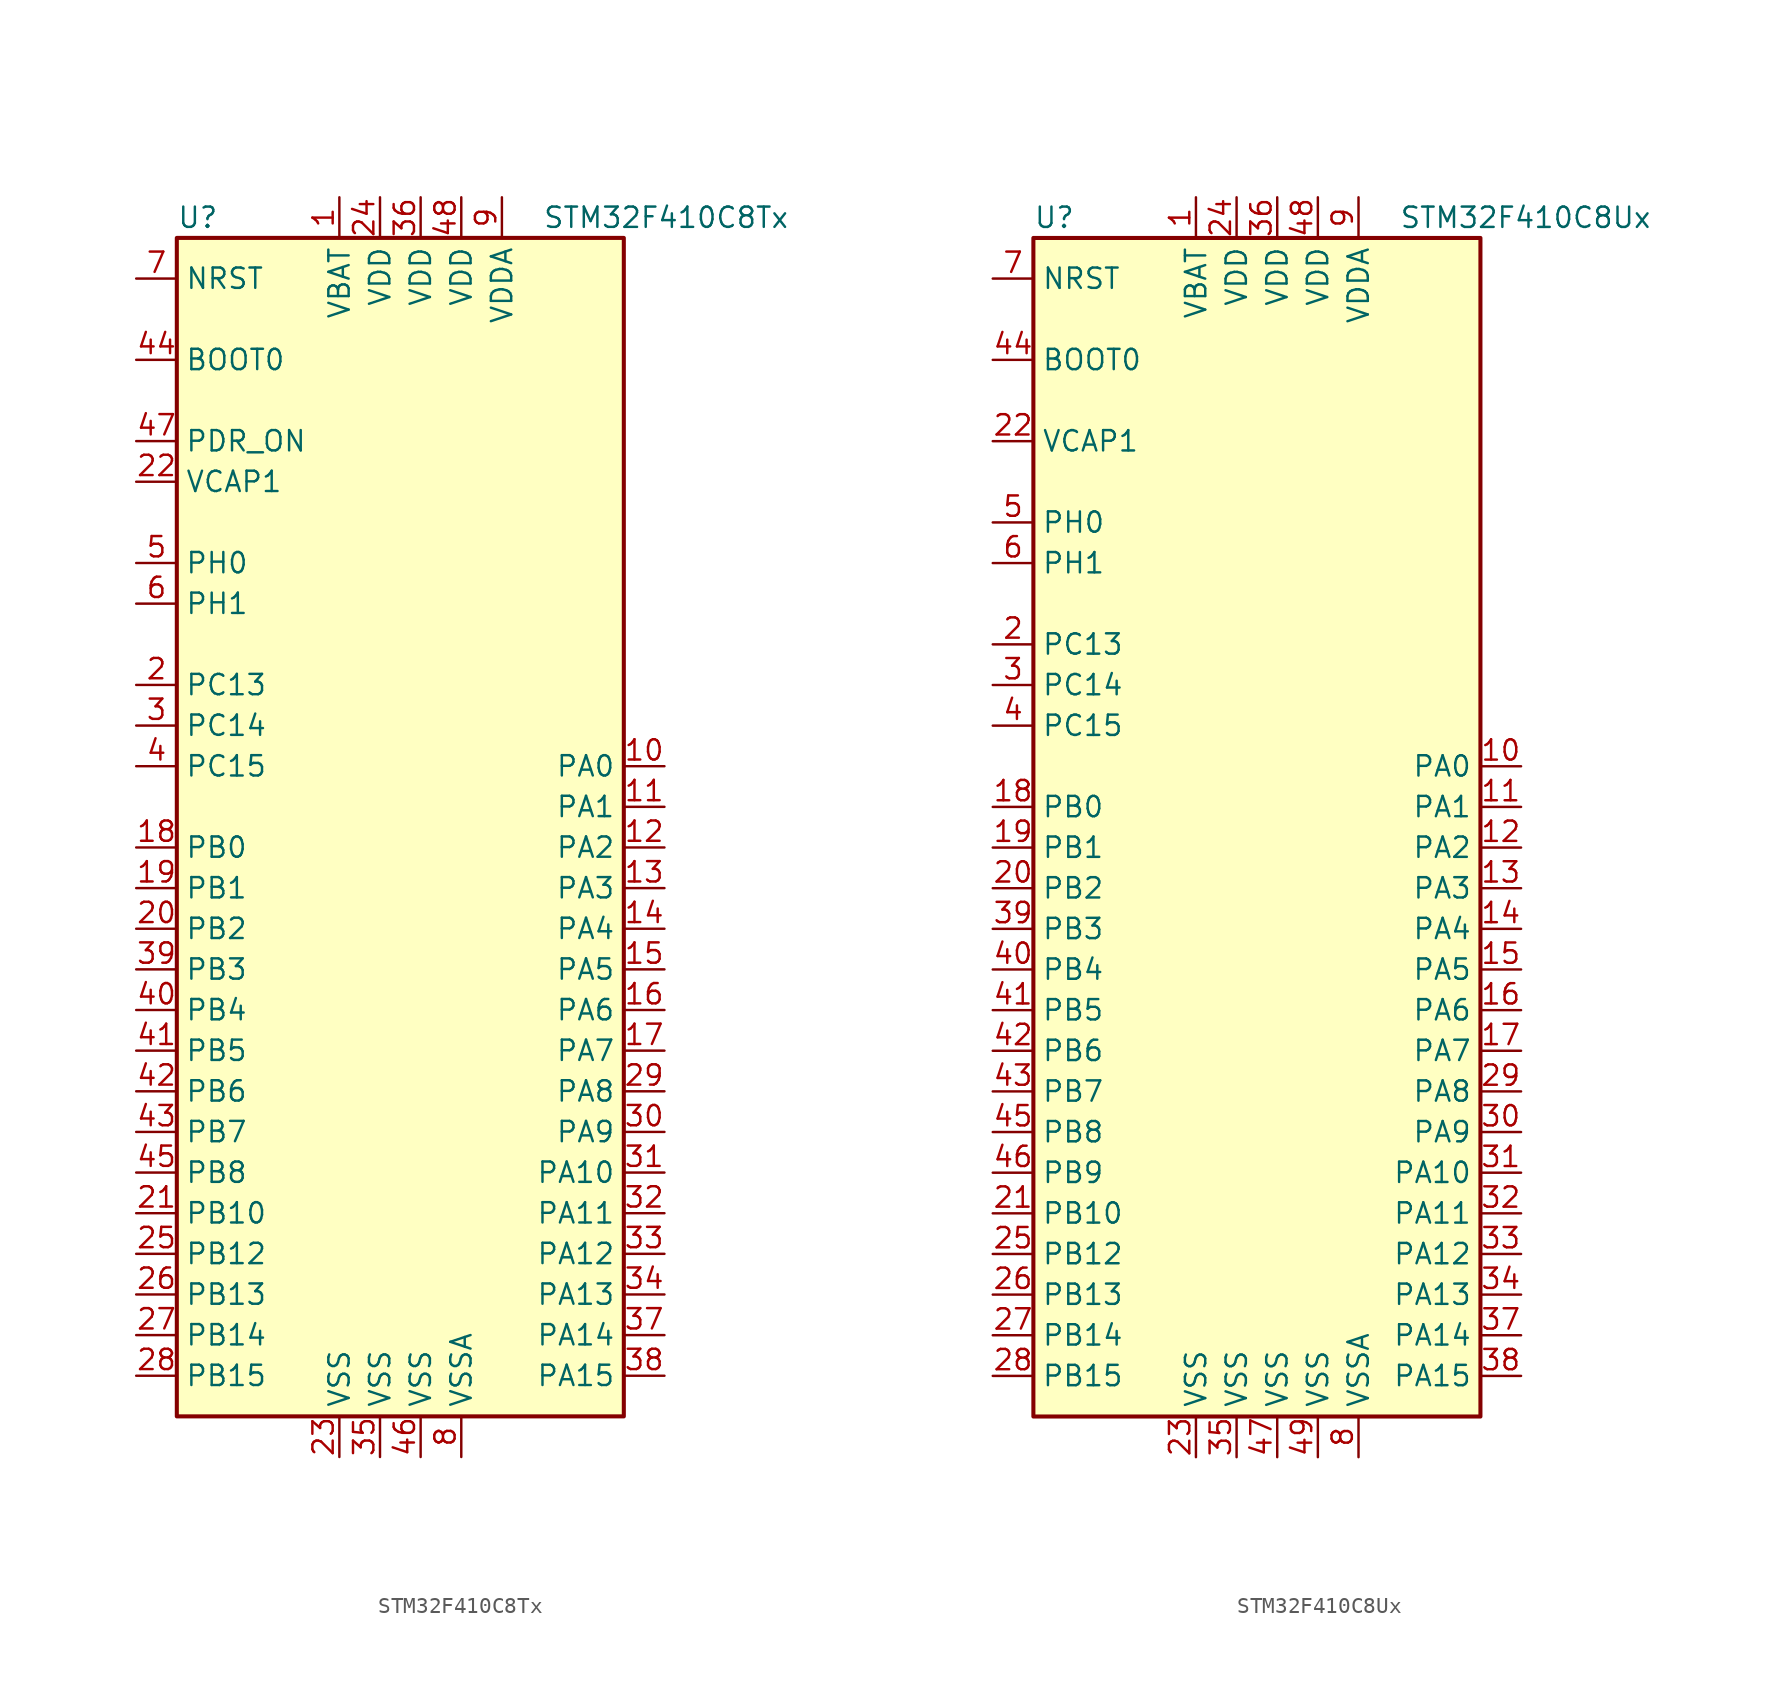
<source format=kicad_sym>
(kicad_symbol_lib
  (version 20201005)
  (generator kicad_symbol_editor)
  (symbol "STM32F410C8Tx"
    (property "Reference" "U"
      (at -15.24 36.83 0)
      (effects (font (size 1.27 1.27)) (justify left)))
    (property "Value" "STM32F410C8Tx"
      (at 7.62 36.83 0)
      (effects (font (size 1.27 1.27)) (justify left)))
    (symbol "STM32F410C8Tx_0_1"
      (rectangle (start -15.24 -38.1) (end 12.7 35.56) (stroke (width 0.254)) (fill (type background))))
    (symbol "STM32F410C8Tx_1_1"
      (pin input line (at -17.78 27.94 0) (length 2.54) (name "BOOT0" (effects (font (size 1.27 1.27)))) (number "44" (effects (font (size 1.27 1.27)))))
      (pin input line (at -17.78 33.02 0) (length 2.54) (name "NRST" (effects (font (size 1.27 1.27)))) (number "7" (effects (font (size 1.27 1.27)))))
      (pin bidirectional line (at 15.24 2.54 180) (length 2.54) (name "PA0" (effects (font (size 1.27 1.27)))) (number "10" (effects (font (size 1.27 1.27)))))
      (pin bidirectional line (at 15.24 0 180) (length 2.54) (name "PA1" (effects (font (size 1.27 1.27)))) (number "11" (effects (font (size 1.27 1.27)))))
      (pin bidirectional line (at 15.24 -22.86 180) (length 2.54) (name "PA10" (effects (font (size 1.27 1.27)))) (number "31" (effects (font (size 1.27 1.27)))))
      (pin bidirectional line (at 15.24 -25.4 180) (length 2.54) (name "PA11" (effects (font (size 1.27 1.27)))) (number "32" (effects (font (size 1.27 1.27)))))
      (pin bidirectional line (at 15.24 -27.94 180) (length 2.54) (name "PA12" (effects (font (size 1.27 1.27)))) (number "33" (effects (font (size 1.27 1.27)))))
      (pin bidirectional line (at 15.24 -30.48 180) (length 2.54) (name "PA13" (effects (font (size 1.27 1.27)))) (number "34" (effects (font (size 1.27 1.27)))))
      (pin bidirectional line (at 15.24 -33.02 180) (length 2.54) (name "PA14" (effects (font (size 1.27 1.27)))) (number "37" (effects (font (size 1.27 1.27)))))
      (pin bidirectional line (at 15.24 -35.56 180) (length 2.54) (name "PA15" (effects (font (size 1.27 1.27)))) (number "38" (effects (font (size 1.27 1.27)))))
      (pin bidirectional line (at 15.24 -2.54 180) (length 2.54) (name "PA2" (effects (font (size 1.27 1.27)))) (number "12" (effects (font (size 1.27 1.27)))))
      (pin bidirectional line (at 15.24 -5.08 180) (length 2.54) (name "PA3" (effects (font (size 1.27 1.27)))) (number "13" (effects (font (size 1.27 1.27)))))
      (pin bidirectional line (at 15.24 -7.62 180) (length 2.54) (name "PA4" (effects (font (size 1.27 1.27)))) (number "14" (effects (font (size 1.27 1.27)))))
      (pin bidirectional line (at 15.24 -10.16 180) (length 2.54) (name "PA5" (effects (font (size 1.27 1.27)))) (number "15" (effects (font (size 1.27 1.27)))))
      (pin bidirectional line (at 15.24 -12.7 180) (length 2.54) (name "PA6" (effects (font (size 1.27 1.27)))) (number "16" (effects (font (size 1.27 1.27)))))
      (pin bidirectional line (at 15.24 -15.24 180) (length 2.54) (name "PA7" (effects (font (size 1.27 1.27)))) (number "17" (effects (font (size 1.27 1.27)))))
      (pin bidirectional line (at 15.24 -17.78 180) (length 2.54) (name "PA8" (effects (font (size 1.27 1.27)))) (number "29" (effects (font (size 1.27 1.27)))))
      (pin bidirectional line (at 15.24 -20.32 180) (length 2.54) (name "PA9" (effects (font (size 1.27 1.27)))) (number "30" (effects (font (size 1.27 1.27)))))
      (pin bidirectional line (at -17.78 -2.54 0) (length 2.54) (name "PB0" (effects (font (size 1.27 1.27)))) (number "18" (effects (font (size 1.27 1.27)))))
      (pin bidirectional line (at -17.78 -5.08 0) (length 2.54) (name "PB1" (effects (font (size 1.27 1.27)))) (number "19" (effects (font (size 1.27 1.27)))))
      (pin bidirectional line (at -17.78 -25.4 0) (length 2.54) (name "PB10" (effects (font (size 1.27 1.27)))) (number "21" (effects (font (size 1.27 1.27)))))
      (pin bidirectional line (at -17.78 -27.94 0) (length 2.54) (name "PB12" (effects (font (size 1.27 1.27)))) (number "25" (effects (font (size 1.27 1.27)))))
      (pin bidirectional line (at -17.78 -30.48 0) (length 2.54) (name "PB13" (effects (font (size 1.27 1.27)))) (number "26" (effects (font (size 1.27 1.27)))))
      (pin bidirectional line (at -17.78 -33.02 0) (length 2.54) (name "PB14" (effects (font (size 1.27 1.27)))) (number "27" (effects (font (size 1.27 1.27)))))
      (pin bidirectional line (at -17.78 -35.56 0) (length 2.54) (name "PB15" (effects (font (size 1.27 1.27)))) (number "28" (effects (font (size 1.27 1.27)))))
      (pin bidirectional line (at -17.78 -7.62 0) (length 2.54) (name "PB2" (effects (font (size 1.27 1.27)))) (number "20" (effects (font (size 1.27 1.27)))))
      (pin bidirectional line (at -17.78 -10.16 0) (length 2.54) (name "PB3" (effects (font (size 1.27 1.27)))) (number "39" (effects (font (size 1.27 1.27)))))
      (pin bidirectional line (at -17.78 -12.7 0) (length 2.54) (name "PB4" (effects (font (size 1.27 1.27)))) (number "40" (effects (font (size 1.27 1.27)))))
      (pin bidirectional line (at -17.78 -15.24 0) (length 2.54) (name "PB5" (effects (font (size 1.27 1.27)))) (number "41" (effects (font (size 1.27 1.27)))))
      (pin bidirectional line (at -17.78 -17.78 0) (length 2.54) (name "PB6" (effects (font (size 1.27 1.27)))) (number "42" (effects (font (size 1.27 1.27)))))
      (pin bidirectional line (at -17.78 -20.32 0) (length 2.54) (name "PB7" (effects (font (size 1.27 1.27)))) (number "43" (effects (font (size 1.27 1.27)))))
      (pin bidirectional line (at -17.78 -22.86 0) (length 2.54) (name "PB8" (effects (font (size 1.27 1.27)))) (number "45" (effects (font (size 1.27 1.27)))))
      (pin bidirectional line (at -17.78 7.62 0) (length 2.54) (name "PC13" (effects (font (size 1.27 1.27)))) (number "2" (effects (font (size 1.27 1.27)))))
      (pin bidirectional line (at -17.78 5.08 0) (length 2.54) (name "PC14" (effects (font (size 1.27 1.27)))) (number "3" (effects (font (size 1.27 1.27)))))
      (pin bidirectional line (at -17.78 2.54 0) (length 2.54) (name "PC15" (effects (font (size 1.27 1.27)))) (number "4" (effects (font (size 1.27 1.27)))))
      (pin power_in line (at -17.78 22.86 0) (length 2.54) (name "PDR_ON" (effects (font (size 1.27 1.27)))) (number "47" (effects (font (size 1.27 1.27)))))
      (pin input line (at -17.78 15.24 0) (length 2.54) (name "PH0" (effects (font (size 1.27 1.27)))) (number "5" (effects (font (size 1.27 1.27)))))
      (pin input line (at -17.78 12.7 0) (length 2.54) (name "PH1" (effects (font (size 1.27 1.27)))) (number "6" (effects (font (size 1.27 1.27)))))
      (pin power_in line (at -5.08 38.1 270) (length 2.54) (name "VBAT" (effects (font (size 1.27 1.27)))) (number "1" (effects (font (size 1.27 1.27)))))
      (pin power_in line (at -17.78 20.32 0) (length 2.54) (name "VCAP1" (effects (font (size 1.27 1.27)))) (number "22" (effects (font (size 1.27 1.27)))))
      (pin power_in line (at -2.54 38.1 270) (length 2.54) (name "VDD" (effects (font (size 1.27 1.27)))) (number "24" (effects (font (size 1.27 1.27)))))
      (pin power_in line (at 0 38.1 270) (length 2.54) (name "VDD" (effects (font (size 1.27 1.27)))) (number "36" (effects (font (size 1.27 1.27)))))
      (pin power_in line (at 2.54 38.1 270) (length 2.54) (name "VDD" (effects (font (size 1.27 1.27)))) (number "48" (effects (font (size 1.27 1.27)))))
      (pin power_in line (at 5.08 38.1 270) (length 2.54) (name "VDDA" (effects (font (size 1.27 1.27)))) (number "9" (effects (font (size 1.27 1.27)))))
      (pin power_in line (at -5.08 -40.64 90) (length 2.54) (name "VSS" (effects (font (size 1.27 1.27)))) (number "23" (effects (font (size 1.27 1.27)))))
      (pin power_in line (at -2.54 -40.64 90) (length 2.54) (name "VSS" (effects (font (size 1.27 1.27)))) (number "35" (effects (font (size 1.27 1.27)))))
      (pin power_in line (at 0 -40.64 90) (length 2.54) (name "VSS" (effects (font (size 1.27 1.27)))) (number "46" (effects (font (size 1.27 1.27)))))
      (pin power_in line (at 2.54 -40.64 90) (length 2.54) (name "VSSA" (effects (font (size 1.27 1.27)))) (number "8" (effects (font (size 1.27 1.27)))))))
  (symbol "STM32F410C8Ux"
    (property "Reference" "U"
      (at -15.24 36.83 0)
      (effects (font (size 1.27 1.27)) (justify left)))
    (property "Value" "STM32F410C8Ux"
      (at 7.62 36.83 0)
      (effects (font (size 1.27 1.27)) (justify left)))
    (symbol "STM32F410C8Ux_0_1"
      (rectangle (start -15.24 -38.1) (end 12.7 35.56) (stroke (width 0.254)) (fill (type background))))
    (symbol "STM32F410C8Ux_1_1"
      (pin input line (at -17.78 27.94 0) (length 2.54) (name "BOOT0" (effects (font (size 1.27 1.27)))) (number "44" (effects (font (size 1.27 1.27)))))
      (pin input line (at -17.78 33.02 0) (length 2.54) (name "NRST" (effects (font (size 1.27 1.27)))) (number "7" (effects (font (size 1.27 1.27)))))
      (pin bidirectional line (at 15.24 2.54 180) (length 2.54) (name "PA0" (effects (font (size 1.27 1.27)))) (number "10" (effects (font (size 1.27 1.27)))))
      (pin bidirectional line (at 15.24 0 180) (length 2.54) (name "PA1" (effects (font (size 1.27 1.27)))) (number "11" (effects (font (size 1.27 1.27)))))
      (pin bidirectional line (at 15.24 -22.86 180) (length 2.54) (name "PA10" (effects (font (size 1.27 1.27)))) (number "31" (effects (font (size 1.27 1.27)))))
      (pin bidirectional line (at 15.24 -25.4 180) (length 2.54) (name "PA11" (effects (font (size 1.27 1.27)))) (number "32" (effects (font (size 1.27 1.27)))))
      (pin bidirectional line (at 15.24 -27.94 180) (length 2.54) (name "PA12" (effects (font (size 1.27 1.27)))) (number "33" (effects (font (size 1.27 1.27)))))
      (pin bidirectional line (at 15.24 -30.48 180) (length 2.54) (name "PA13" (effects (font (size 1.27 1.27)))) (number "34" (effects (font (size 1.27 1.27)))))
      (pin bidirectional line (at 15.24 -33.02 180) (length 2.54) (name "PA14" (effects (font (size 1.27 1.27)))) (number "37" (effects (font (size 1.27 1.27)))))
      (pin bidirectional line (at 15.24 -35.56 180) (length 2.54) (name "PA15" (effects (font (size 1.27 1.27)))) (number "38" (effects (font (size 1.27 1.27)))))
      (pin bidirectional line (at 15.24 -2.54 180) (length 2.54) (name "PA2" (effects (font (size 1.27 1.27)))) (number "12" (effects (font (size 1.27 1.27)))))
      (pin bidirectional line (at 15.24 -5.08 180) (length 2.54) (name "PA3" (effects (font (size 1.27 1.27)))) (number "13" (effects (font (size 1.27 1.27)))))
      (pin bidirectional line (at 15.24 -7.62 180) (length 2.54) (name "PA4" (effects (font (size 1.27 1.27)))) (number "14" (effects (font (size 1.27 1.27)))))
      (pin bidirectional line (at 15.24 -10.16 180) (length 2.54) (name "PA5" (effects (font (size 1.27 1.27)))) (number "15" (effects (font (size 1.27 1.27)))))
      (pin bidirectional line (at 15.24 -12.7 180) (length 2.54) (name "PA6" (effects (font (size 1.27 1.27)))) (number "16" (effects (font (size 1.27 1.27)))))
      (pin bidirectional line (at 15.24 -15.24 180) (length 2.54) (name "PA7" (effects (font (size 1.27 1.27)))) (number "17" (effects (font (size 1.27 1.27)))))
      (pin bidirectional line (at 15.24 -17.78 180) (length 2.54) (name "PA8" (effects (font (size 1.27 1.27)))) (number "29" (effects (font (size 1.27 1.27)))))
      (pin bidirectional line (at 15.24 -20.32 180) (length 2.54) (name "PA9" (effects (font (size 1.27 1.27)))) (number "30" (effects (font (size 1.27 1.27)))))
      (pin bidirectional line (at -17.78 0 0) (length 2.54) (name "PB0" (effects (font (size 1.27 1.27)))) (number "18" (effects (font (size 1.27 1.27)))))
      (pin bidirectional line (at -17.78 -2.54 0) (length 2.54) (name "PB1" (effects (font (size 1.27 1.27)))) (number "19" (effects (font (size 1.27 1.27)))))
      (pin bidirectional line (at -17.78 -25.4 0) (length 2.54) (name "PB10" (effects (font (size 1.27 1.27)))) (number "21" (effects (font (size 1.27 1.27)))))
      (pin bidirectional line (at -17.78 -27.94 0) (length 2.54) (name "PB12" (effects (font (size 1.27 1.27)))) (number "25" (effects (font (size 1.27 1.27)))))
      (pin bidirectional line (at -17.78 -30.48 0) (length 2.54) (name "PB13" (effects (font (size 1.27 1.27)))) (number "26" (effects (font (size 1.27 1.27)))))
      (pin bidirectional line (at -17.78 -33.02 0) (length 2.54) (name "PB14" (effects (font (size 1.27 1.27)))) (number "27" (effects (font (size 1.27 1.27)))))
      (pin bidirectional line (at -17.78 -35.56 0) (length 2.54) (name "PB15" (effects (font (size 1.27 1.27)))) (number "28" (effects (font (size 1.27 1.27)))))
      (pin bidirectional line (at -17.78 -5.08 0) (length 2.54) (name "PB2" (effects (font (size 1.27 1.27)))) (number "20" (effects (font (size 1.27 1.27)))))
      (pin bidirectional line (at -17.78 -7.62 0) (length 2.54) (name "PB3" (effects (font (size 1.27 1.27)))) (number "39" (effects (font (size 1.27 1.27)))))
      (pin bidirectional line (at -17.78 -10.16 0) (length 2.54) (name "PB4" (effects (font (size 1.27 1.27)))) (number "40" (effects (font (size 1.27 1.27)))))
      (pin bidirectional line (at -17.78 -12.7 0) (length 2.54) (name "PB5" (effects (font (size 1.27 1.27)))) (number "41" (effects (font (size 1.27 1.27)))))
      (pin bidirectional line (at -17.78 -15.24 0) (length 2.54) (name "PB6" (effects (font (size 1.27 1.27)))) (number "42" (effects (font (size 1.27 1.27)))))
      (pin bidirectional line (at -17.78 -17.78 0) (length 2.54) (name "PB7" (effects (font (size 1.27 1.27)))) (number "43" (effects (font (size 1.27 1.27)))))
      (pin bidirectional line (at -17.78 -20.32 0) (length 2.54) (name "PB8" (effects (font (size 1.27 1.27)))) (number "45" (effects (font (size 1.27 1.27)))))
      (pin bidirectional line (at -17.78 -22.86 0) (length 2.54) (name "PB9" (effects (font (size 1.27 1.27)))) (number "46" (effects (font (size 1.27 1.27)))))
      (pin bidirectional line (at -17.78 10.16 0) (length 2.54) (name "PC13" (effects (font (size 1.27 1.27)))) (number "2" (effects (font (size 1.27 1.27)))))
      (pin bidirectional line (at -17.78 7.62 0) (length 2.54) (name "PC14" (effects (font (size 1.27 1.27)))) (number "3" (effects (font (size 1.27 1.27)))))
      (pin bidirectional line (at -17.78 5.08 0) (length 2.54) (name "PC15" (effects (font (size 1.27 1.27)))) (number "4" (effects (font (size 1.27 1.27)))))
      (pin input line (at -17.78 17.78 0) (length 2.54) (name "PH0" (effects (font (size 1.27 1.27)))) (number "5" (effects (font (size 1.27 1.27)))))
      (pin input line (at -17.78 15.24 0) (length 2.54) (name "PH1" (effects (font (size 1.27 1.27)))) (number "6" (effects (font (size 1.27 1.27)))))
      (pin power_in line (at -5.08 38.1 270) (length 2.54) (name "VBAT" (effects (font (size 1.27 1.27)))) (number "1" (effects (font (size 1.27 1.27)))))
      (pin power_in line (at -17.78 22.86 0) (length 2.54) (name "VCAP1" (effects (font (size 1.27 1.27)))) (number "22" (effects (font (size 1.27 1.27)))))
      (pin power_in line (at -2.54 38.1 270) (length 2.54) (name "VDD" (effects (font (size 1.27 1.27)))) (number "24" (effects (font (size 1.27 1.27)))))
      (pin power_in line (at 0 38.1 270) (length 2.54) (name "VDD" (effects (font (size 1.27 1.27)))) (number "36" (effects (font (size 1.27 1.27)))))
      (pin power_in line (at 2.54 38.1 270) (length 2.54) (name "VDD" (effects (font (size 1.27 1.27)))) (number "48" (effects (font (size 1.27 1.27)))))
      (pin power_in line (at 5.08 38.1 270) (length 2.54) (name "VDDA" (effects (font (size 1.27 1.27)))) (number "9" (effects (font (size 1.27 1.27)))))
      (pin power_in line (at -5.08 -40.64 90) (length 2.54) (name "VSS" (effects (font (size 1.27 1.27)))) (number "23" (effects (font (size 1.27 1.27)))))
      (pin power_in line (at -2.54 -40.64 90) (length 2.54) (name "VSS" (effects (font (size 1.27 1.27)))) (number "35" (effects (font (size 1.27 1.27)))))
      (pin power_in line (at 0 -40.64 90) (length 2.54) (name "VSS" (effects (font (size 1.27 1.27)))) (number "47" (effects (font (size 1.27 1.27)))))
      (pin power_in line (at 2.54 -40.64 90) (length 2.54) (name "VSS" (effects (font (size 1.27 1.27)))) (number "49" (effects (font (size 1.27 1.27)))))
      (pin power_in line (at 5.08 -40.64 90) (length 2.54) (name "VSSA" (effects (font (size 1.27 1.27)))) (number "8" (effects (font (size 1.27 1.27))))))))
</source>
